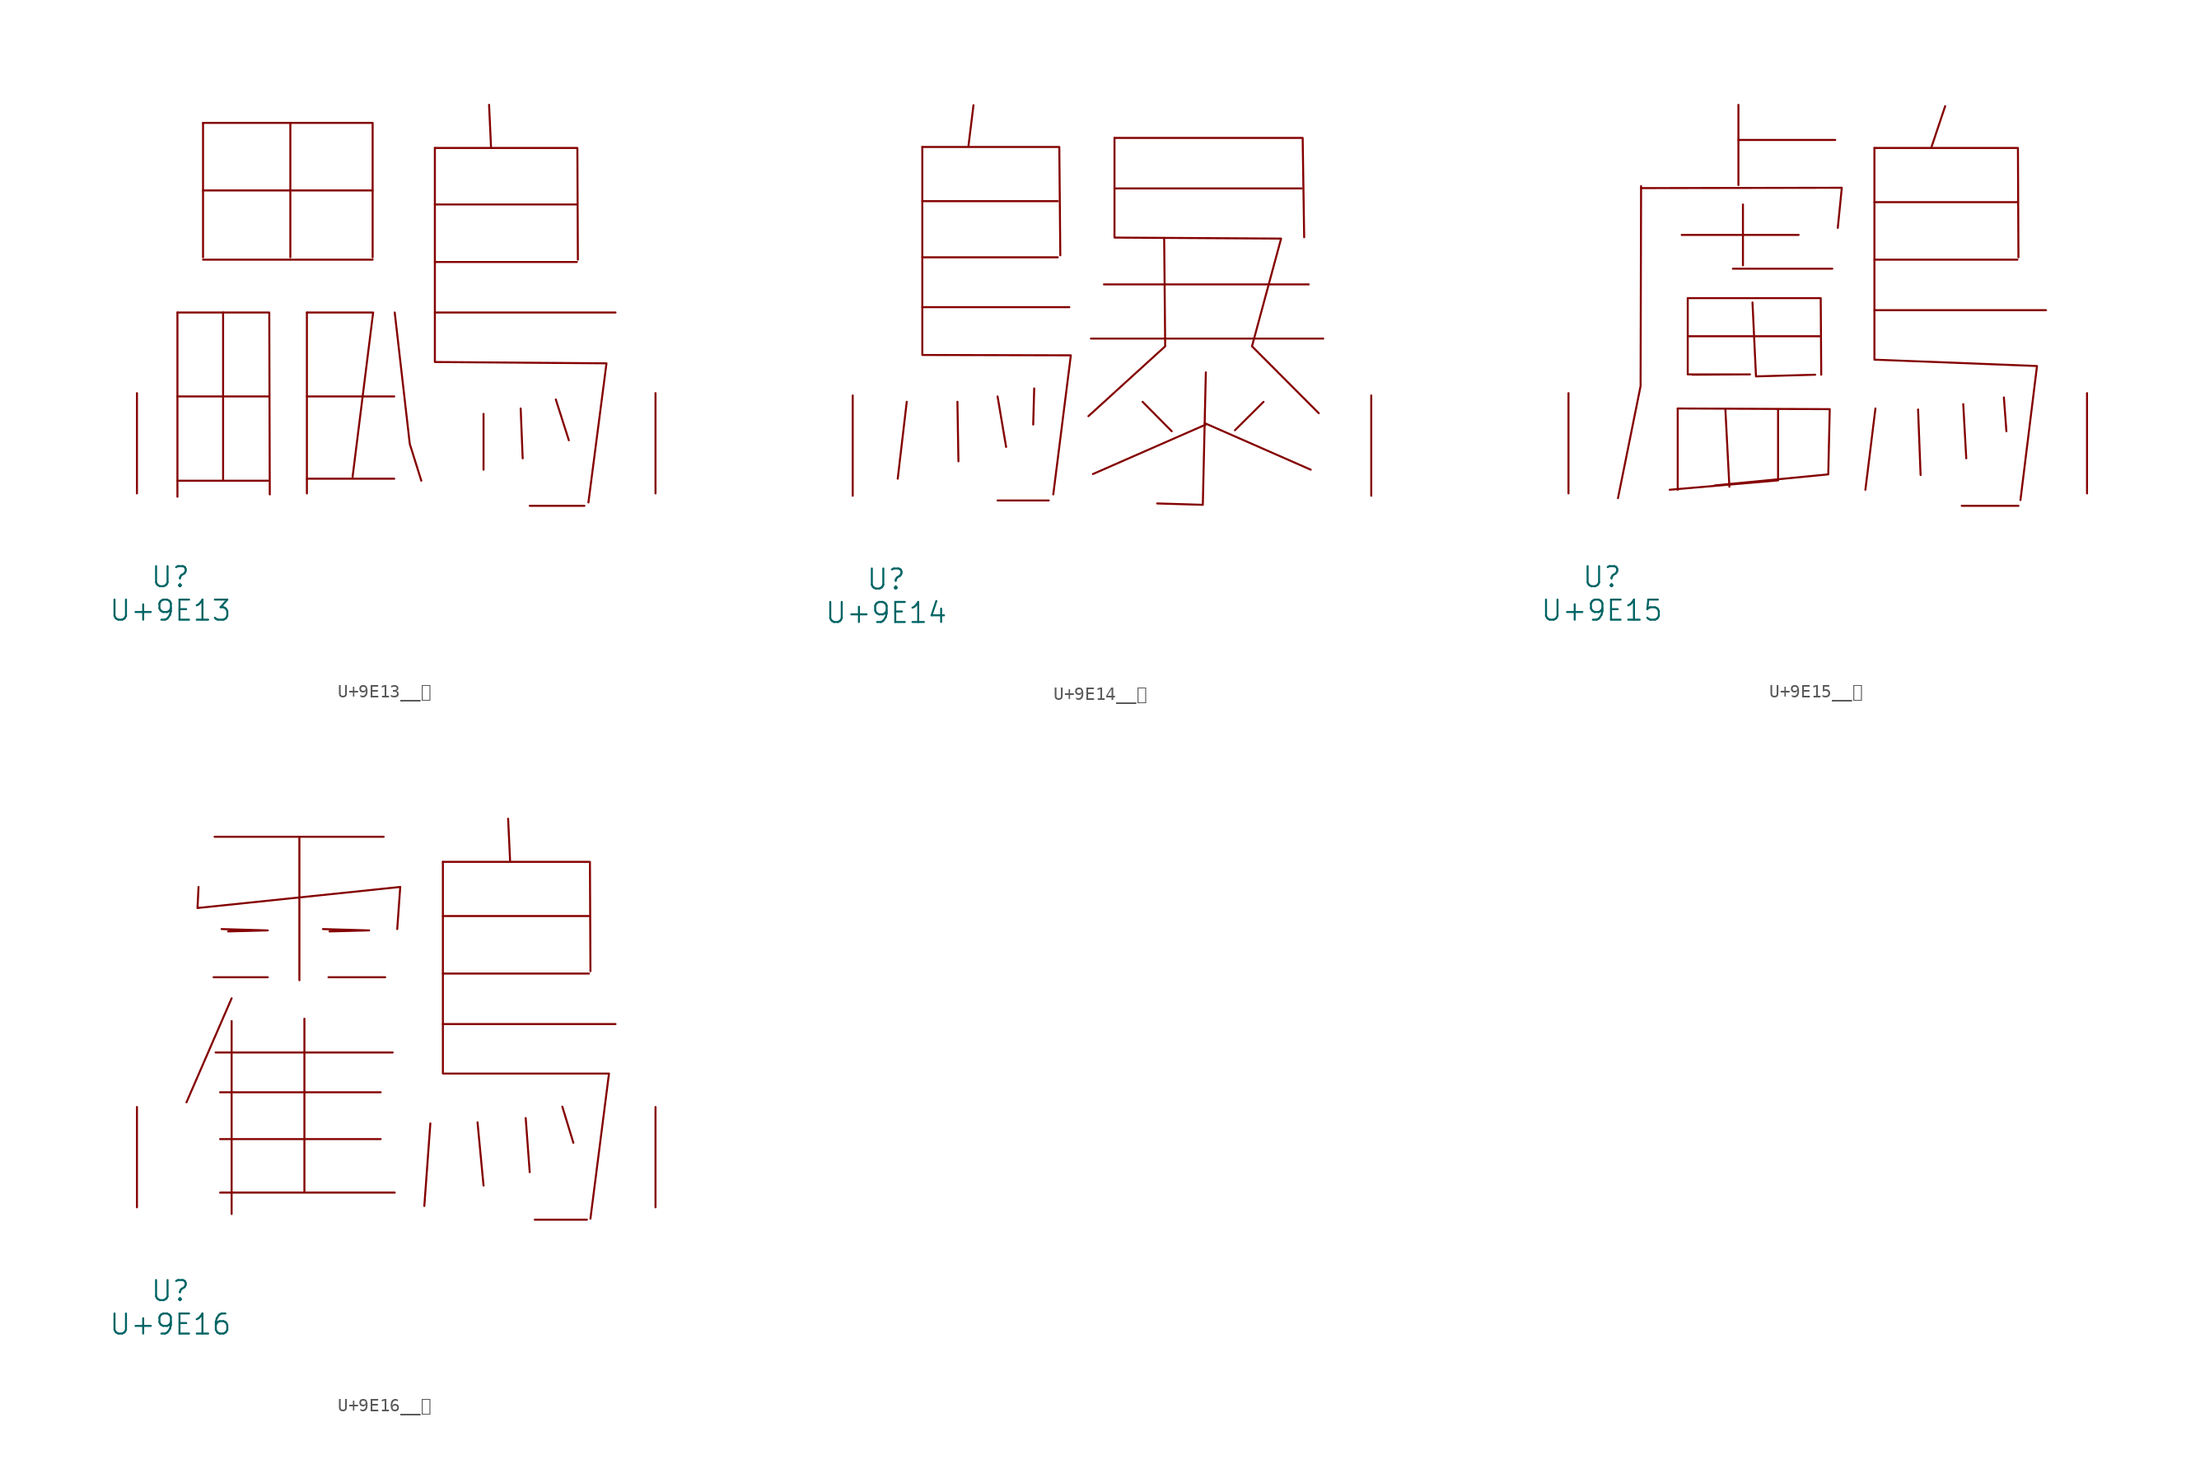
<source format=kicad_sym>
(kicad_symbol_lib
  (version 20231120)
  (generator "kicad_symbol_editor")
  (generator_version "8.0")
  (symbol "U+9E13__鸓"
    (pin_names
      (offset 1.016))
    (property "Reference" "U"
      (at 0 -6.35 0)
      (effects (font (size 1.524 1.524))))
    (property "Value" "U+9E13"
      (at 0 -8.89 0)
      (effects (font (size 1.524 1.524))))
    (symbol "U+9E13__鸓_0_1"
      (polyline (pts (xy 0.533 0.965) (xy 7.429 0.965)) (stroke (width 0) (type solid)) (fill (type none)))
      (polyline (pts (xy 0.533 7.366) (xy 7.429 7.366)) (stroke (width 0) (type solid)) (fill (type none)))
      (polyline (pts (xy 0.533 13.741) (xy 0.533 -0.254)) (stroke (width 0) (type solid)) (fill (type none)))
      (polyline (pts (xy 2.477 17.755) (xy 15.354 17.755)) (stroke (width 0) (type solid)) (fill (type none)))
      (polyline (pts (xy 2.477 23.012) (xy 15.354 23.012)) (stroke (width 0) (type solid)) (fill (type none)))
      (polyline (pts (xy 2.477 28.143) (xy 2.477 17.932)) (stroke (width 0) (type solid)) (fill (type none)))
      (polyline (pts (xy 4 13.741) (xy 4 1.067)) (stroke (width 0) (type solid)) (fill (type none)))
      (polyline (pts (xy 9.106 28.143) (xy 9.106 17.932)) (stroke (width 0) (type solid)) (fill (type none)))
      (polyline (pts (xy 10.363 1.118) (xy 16.993 1.118)) (stroke (width 0) (type solid)) (fill (type none)))
      (polyline (pts (xy 10.363 7.366) (xy 16.993 7.366)) (stroke (width 0) (type solid)) (fill (type none)))
      (polyline (pts (xy 10.363 13.741) (xy 10.363 0)) (stroke (width 0) (type solid)) (fill (type none)))
      (polyline (pts (xy 20.079 13.741) (xy 33.795 13.741)) (stroke (width 0) (type solid)) (fill (type none)))
      (polyline (pts (xy 20.079 17.577) (xy 30.861 17.577)) (stroke (width 0) (type solid)) (fill (type none)))
      (polyline (pts (xy 20.079 21.946) (xy 30.861 21.946)) (stroke (width 0) (type solid)) (fill (type none)))
      (polyline (pts (xy 23.774 6.045) (xy 23.774 1.803)) (stroke (width 0) (type solid)) (fill (type none)))
      (polyline (pts (xy 24.194 29.515) (xy 24.346 26.238)) (stroke (width 0) (type solid)) (fill (type none)))
      (polyline (pts (xy 26.594 6.452) (xy 26.746 2.667)) (stroke (width 0) (type solid)) (fill (type none)))
      (polyline (pts (xy 27.28 -0.94) (xy 31.433 -0.94)) (stroke (width 0) (type solid)) (fill (type none)))
      (polyline (pts (xy 29.261 7.137) (xy 30.251 4.039)) (stroke (width 0) (type solid)) (fill (type none)))
      (polyline (pts (xy 0.533 13.741) (xy 7.506 13.741) (xy 7.544 -0.076)) (stroke (width 0) (type solid)) (fill (type none)))
      (polyline (pts (xy 2.477 28.143) (xy 15.354 28.143) (xy 15.354 17.932)) (stroke (width 0) (type solid)) (fill (type none)))
      (polyline (pts (xy 10.363 13.741) (xy 15.392 13.741) (xy 13.83 1.245)) (stroke (width 0) (type solid)) (fill (type none)))
      (polyline (pts (xy 17.031 13.741) (xy 18.174 3.759) (xy 19.05 0.965)) (stroke (width 0) (type solid)) (fill (type none)))
      (polyline (pts (xy 20.079 26.238) (xy 30.899 26.238) (xy 30.937 17.755)) (stroke (width 0) (type solid)) (fill (type none)))
      (polyline (pts (xy 20.079 26.238) (xy 20.079 9.982) (xy 33.109 9.881) (xy 31.737 -0.686)) (stroke (width 0) (type solid)) (fill (type none)))
      (pin input line (at -2.54 0 90) (length 7.62) (name "~" (effects (font (size 1.27 1.27)))) (number "~" (effects (font (size 1.27 1.27)))))
      (pin input line (at 36.83 0 90) (length 7.62) (name "~" (effects (font (size 1.27 1.27)))) (number "~" (effects (font (size 1.27 1.27)))))))
  (symbol "U+9E14__鸔"
    (pin_names
      (offset 1.016))
    (property "Reference" "U"
      (at 0 -6.35 0)
      (effects (font (size 1.524 1.524))))
    (property "Value" "U+9E14"
      (at 0 -8.89 0)
      (effects (font (size 1.524 1.524))))
    (symbol "U+9E14__鸔_0_1"
      (polyline (pts (xy 1.562 7.137) (xy 0.876 1.295)) (stroke (width 0) (type solid)) (fill (type none)))
      (polyline (pts (xy 2.743 14.326) (xy 13.906 14.326)) (stroke (width 0) (type solid)) (fill (type none)))
      (polyline (pts (xy 2.743 18.11) (xy 13.03 18.11)) (stroke (width 0) (type solid)) (fill (type none)))
      (polyline (pts (xy 2.743 22.377) (xy 13.03 22.377)) (stroke (width 0) (type solid)) (fill (type none)))
      (polyline (pts (xy 5.41 7.137) (xy 5.486 2.616)) (stroke (width 0) (type solid)) (fill (type none)))
      (polyline (pts (xy 6.629 29.667) (xy 6.248 26.568)) (stroke (width 0) (type solid)) (fill (type none)))
      (polyline (pts (xy 8.458 -0.356) (xy 12.344 -0.356)) (stroke (width 0) (type solid)) (fill (type none)))
      (polyline (pts (xy 8.458 7.544) (xy 9.106 3.708)) (stroke (width 0) (type solid)) (fill (type none)))
      (polyline (pts (xy 11.239 8.153) (xy 11.163 5.41)) (stroke (width 0) (type solid)) (fill (type none)))
      (polyline (pts (xy 15.545 11.938) (xy 33.185 11.938)) (stroke (width 0) (type solid)) (fill (type none)))
      (polyline (pts (xy 16.535 16.053) (xy 32.08 16.053)) (stroke (width 0) (type solid)) (fill (type none)))
      (polyline (pts (xy 17.335 23.343) (xy 31.547 23.343)) (stroke (width 0) (type solid)) (fill (type none)))
      (polyline (pts (xy 19.469 7.137) (xy 21.679 4.902)) (stroke (width 0) (type solid)) (fill (type none)))
      (polyline (pts (xy 24.194 5.512) (xy 32.233 1.981)) (stroke (width 0) (type solid)) (fill (type none)))
      (polyline (pts (xy 24.27 5.41) (xy 15.697 1.651)) (stroke (width 0) (type solid)) (fill (type none)))
      (polyline (pts (xy 28.651 7.137) (xy 26.48 4.978)) (stroke (width 0) (type solid)) (fill (type none)))
      (polyline (pts (xy 2.743 26.492) (xy 13.145 26.492) (xy 13.221 18.263)) (stroke (width 0) (type solid)) (fill (type none)))
      (polyline (pts (xy 17.335 27.178) (xy 31.623 27.178) (xy 31.737 19.634)) (stroke (width 0) (type solid)) (fill (type none)))
      (polyline (pts (xy 21.107 19.533) (xy 21.184 11.354) (xy 15.354 6.045)) (stroke (width 0) (type solid)) (fill (type none)))
      (polyline (pts (xy 24.27 9.373) (xy 24.041 -0.686) (xy 20.574 -0.584)) (stroke (width 0) (type solid)) (fill (type none)))
      (polyline (pts (xy 2.743 26.492) (xy 2.743 10.693) (xy 14.021 10.668) (xy 12.687 0.102)) (stroke (width 0) (type solid)) (fill (type none)))
      (polyline (pts (xy 17.335 27.178) (xy 17.335 19.609) (xy 29.985 19.533) (xy 27.775 11.354) (xy 32.842 6.274)) (stroke (width 0) (type solid)) (fill (type none)))
      (pin input line (at -2.54 0 90) (length 7.62) (name "~" (effects (font (size 1.27 1.27)))) (number "~" (effects (font (size 1.27 1.27)))))
      (pin input line (at 36.83 0 90) (length 7.62) (name "~" (effects (font (size 1.27 1.27)))) (number "~" (effects (font (size 1.27 1.27)))))))
  (symbol "U+9E15__鸕"
    (pin_names
      (offset 1.016))
    (property "Reference" "U"
      (at 0 -6.35 0)
      (effects (font (size 1.524 1.524))))
    (property "Value" "U+9E15"
      (at 0 -8.89 0)
      (effects (font (size 1.524 1.524))))
    (symbol "U+9E15__鸕_0_1"
      (polyline (pts (xy 5.753 6.452) (xy 5.753 0.279)) (stroke (width 0) (type solid)) (fill (type none)))
      (polyline (pts (xy 6.058 19.634) (xy 14.935 19.634)) (stroke (width 0) (type solid)) (fill (type none)))
      (polyline (pts (xy 6.515 11.938) (xy 16.535 11.938)) (stroke (width 0) (type solid)) (fill (type none)))
      (polyline (pts (xy 9.373 6.375) (xy 9.677 0.508)) (stroke (width 0) (type solid)) (fill (type none)))
      (polyline (pts (xy 9.944 17.069) (xy 17.488 17.069)) (stroke (width 0) (type solid)) (fill (type none)))
      (polyline (pts (xy 10.363 26.848) (xy 17.716 26.848)) (stroke (width 0) (type solid)) (fill (type none)))
      (polyline (pts (xy 10.363 29.515) (xy 10.363 23.419)) (stroke (width 0) (type solid)) (fill (type none)))
      (polyline (pts (xy 10.706 21.946) (xy 10.706 17.323)) (stroke (width 0) (type solid)) (fill (type none)))
      (polyline (pts (xy 20.688 13.919) (xy 33.718 13.919)) (stroke (width 0) (type solid)) (fill (type none)))
      (polyline (pts (xy 20.688 17.755) (xy 31.547 17.755)) (stroke (width 0) (type solid)) (fill (type none)))
      (polyline (pts (xy 20.688 22.123) (xy 31.547 22.123)) (stroke (width 0) (type solid)) (fill (type none)))
      (polyline (pts (xy 20.765 6.452) (xy 20.003 0.279)) (stroke (width 0) (type solid)) (fill (type none)))
      (polyline (pts (xy 24.003 6.375) (xy 24.194 1.397)) (stroke (width 0) (type solid)) (fill (type none)))
      (polyline (pts (xy 26.06 29.413) (xy 25.032 26.34)) (stroke (width 0) (type solid)) (fill (type none)))
      (polyline (pts (xy 27.318 -0.94) (xy 31.623 -0.94)) (stroke (width 0) (type solid)) (fill (type none)))
      (polyline (pts (xy 27.432 6.782) (xy 27.661 2.667)) (stroke (width 0) (type solid)) (fill (type none)))
      (polyline (pts (xy 30.518 7.29) (xy 30.709 4.724)) (stroke (width 0) (type solid)) (fill (type none)))
      (polyline (pts (xy 2.972 23.19) (xy 18.212 23.216) (xy 17.907 20.168)) (stroke (width 0) (type solid)) (fill (type none)))
      (polyline (pts (xy 2.972 23.343) (xy 2.934 8.153) (xy 1.219 -0.356)) (stroke (width 0) (type solid)) (fill (type none)))
      (polyline (pts (xy 6.515 14.834) (xy 16.612 14.834) (xy 16.65 9.017)) (stroke (width 0) (type solid)) (fill (type none)))
      (polyline (pts (xy 11.43 14.503) (xy 11.697 8.89) (xy 16.192 9.017)) (stroke (width 0) (type solid)) (fill (type none)))
      (polyline (pts (xy 13.373 6.375) (xy 13.373 0.991) (xy 5.144 0.279)) (stroke (width 0) (type solid)) (fill (type none)))
      (polyline (pts (xy 20.688 26.238) (xy 31.585 26.238) (xy 31.623 17.932)) (stroke (width 0) (type solid)) (fill (type none)))
      (polyline (pts (xy 5.753 6.452) (xy 17.297 6.401) (xy 17.183 1.448) (xy 8.572 0.61)) (stroke (width 0) (type solid)) (fill (type none)))
      (polyline (pts (xy 6.515 14.834) (xy 6.515 9.042) (xy 11.239 9.042) (xy 6.858 9.017)) (stroke (width 0) (type solid)) (fill (type none)))
      (polyline (pts (xy 20.688 26.238) (xy 20.688 10.16) (xy 33.033 9.677) (xy 31.775 -0.508)) (stroke (width 0) (type solid)) (fill (type none)))
      (pin input line (at -2.54 0 90) (length 7.62) (name "~" (effects (font (size 1.27 1.27)))) (number "~" (effects (font (size 1.27 1.27)))))
      (pin input line (at 36.83 0 90) (length 7.62) (name "~" (effects (font (size 1.27 1.27)))) (number "~" (effects (font (size 1.27 1.27)))))))
  (symbol "U+9E16__鸖"
    (pin_names
      (offset 1.016))
    (property "Reference" "U"
      (at 0 -6.35 0)
      (effects (font (size 1.524 1.524))))
    (property "Value" "U+9E16"
      (at 0 -8.89 0)
      (effects (font (size 1.524 1.524))))
    (symbol "U+9E16__鸖_0_1"
      (polyline (pts (xy 3.277 17.475) (xy 7.391 17.475)) (stroke (width 0) (type solid)) (fill (type none)))
      (polyline (pts (xy 3.353 28.143) (xy 16.192 28.143)) (stroke (width 0) (type solid)) (fill (type none)))
      (polyline (pts (xy 3.429 11.76) (xy 16.878 11.76)) (stroke (width 0) (type solid)) (fill (type none)))
      (polyline (pts (xy 3.772 1.118) (xy 17.031 1.118)) (stroke (width 0) (type solid)) (fill (type none)))
      (polyline (pts (xy 3.772 5.182) (xy 15.964 5.182)) (stroke (width 0) (type solid)) (fill (type none)))
      (polyline (pts (xy 3.772 8.738) (xy 15.964 8.738)) (stroke (width 0) (type solid)) (fill (type none)))
      (polyline (pts (xy 4.648 14.148) (xy 4.648 -0.508)) (stroke (width 0) (type solid)) (fill (type none)))
      (polyline (pts (xy 4.648 15.875) (xy 1.219 7.976)) (stroke (width 0) (type solid)) (fill (type none)))
      (polyline (pts (xy 9.792 28.143) (xy 9.792 17.247)) (stroke (width 0) (type solid)) (fill (type none)))
      (polyline (pts (xy 10.173 14.326) (xy 10.173 1.245)) (stroke (width 0) (type solid)) (fill (type none)))
      (polyline (pts (xy 12.002 17.475) (xy 16.307 17.475)) (stroke (width 0) (type solid)) (fill (type none)))
      (polyline (pts (xy 19.736 6.375) (xy 19.279 0.102)) (stroke (width 0) (type solid)) (fill (type none)))
      (polyline (pts (xy 20.688 13.919) (xy 33.795 13.919)) (stroke (width 0) (type solid)) (fill (type none)))
      (polyline (pts (xy 20.688 17.755) (xy 31.775 17.755)) (stroke (width 0) (type solid)) (fill (type none)))
      (polyline (pts (xy 20.688 22.123) (xy 31.775 22.123)) (stroke (width 0) (type solid)) (fill (type none)))
      (polyline (pts (xy 23.317 6.452) (xy 23.774 1.651)) (stroke (width 0) (type solid)) (fill (type none)))
      (polyline (pts (xy 25.641 29.515) (xy 25.794 26.238)) (stroke (width 0) (type solid)) (fill (type none)))
      (polyline (pts (xy 26.975 6.782) (xy 27.28 2.667)) (stroke (width 0) (type solid)) (fill (type none)))
      (polyline (pts (xy 27.661 -0.94) (xy 31.623 -0.94)) (stroke (width 0) (type solid)) (fill (type none)))
      (polyline (pts (xy 29.756 7.645) (xy 30.594 4.902)) (stroke (width 0) (type solid)) (fill (type none)))
      (polyline (pts (xy 4.381 20.955) (xy 7.391 21.031) (xy 3.886 21.133)) (stroke (width 0) (type solid)) (fill (type none)))
      (polyline (pts (xy 12.078 20.955) (xy 15.088 21.031) (xy 11.582 21.133)) (stroke (width 0) (type solid)) (fill (type none)))
      (polyline (pts (xy 20.688 26.238) (xy 31.852 26.238) (xy 31.89 17.932)) (stroke (width 0) (type solid)) (fill (type none)))
      (polyline (pts (xy 2.134 24.333) (xy 2.057 22.733) (xy 17.45 24.333) (xy 17.221 21.133)) (stroke (width 0) (type solid)) (fill (type none)))
      (polyline (pts (xy 20.688 26.238) (xy 20.688 10.16) (xy 33.299 10.16) (xy 31.89 -0.864)) (stroke (width 0) (type solid)) (fill (type none)))
      (pin input line (at -2.54 0 90) (length 7.62) (name "~" (effects (font (size 1.27 1.27)))) (number "~" (effects (font (size 1.27 1.27)))))
      (pin input line (at 36.83 0 90) (length 7.62) (name "~" (effects (font (size 1.27 1.27)))) (number "~" (effects (font (size 1.27 1.27))))))))
</source>
